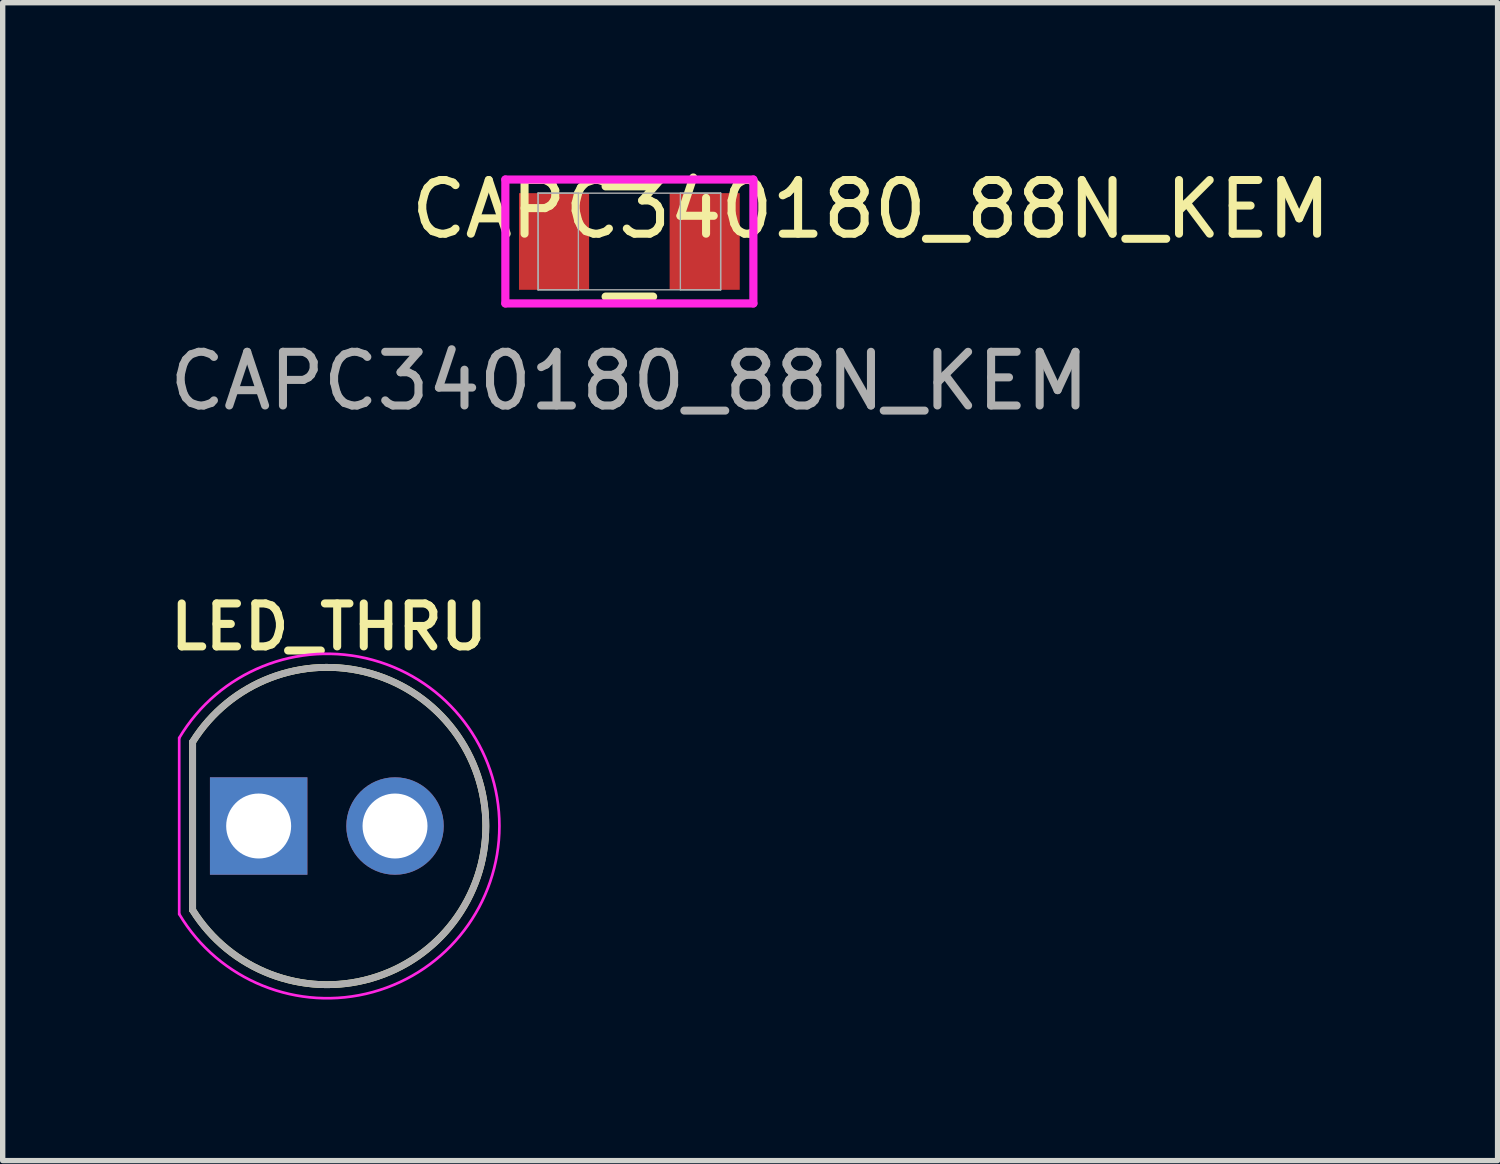
<source format=kicad_pcb>
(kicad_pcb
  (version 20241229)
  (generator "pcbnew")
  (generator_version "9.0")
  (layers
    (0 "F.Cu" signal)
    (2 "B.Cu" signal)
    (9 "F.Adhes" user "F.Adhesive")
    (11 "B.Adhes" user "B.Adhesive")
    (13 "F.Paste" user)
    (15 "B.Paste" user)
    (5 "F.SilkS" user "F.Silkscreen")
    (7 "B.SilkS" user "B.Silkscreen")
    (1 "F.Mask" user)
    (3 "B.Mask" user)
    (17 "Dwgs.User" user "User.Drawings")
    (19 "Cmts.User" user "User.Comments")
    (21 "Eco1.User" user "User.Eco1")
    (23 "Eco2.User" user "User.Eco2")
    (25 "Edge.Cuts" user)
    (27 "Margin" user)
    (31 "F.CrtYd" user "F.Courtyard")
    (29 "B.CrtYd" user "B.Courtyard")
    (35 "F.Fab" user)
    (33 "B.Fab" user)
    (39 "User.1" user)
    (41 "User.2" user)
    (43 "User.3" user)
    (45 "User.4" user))
  (footprint "CAPC340180_88N_KEM"
    (layer "F.Cu")
    (at 8.673 1.448)
    (property "Reference" "CAPC340180_88N_KEM" (at 4.5 -0.6 0) (unlocked yes) (layer "F.SilkS") (effects (font (size 1 1) (thickness 0.15))))
    (attr smd)
    (fp_line (start -0.442 1.027) (end 0.442 1.027) (stroke (width 0.152) (type solid)) (layer "F.SilkS"))
    (fp_line (start 0.442 -1.027) (end -0.442 -1.027) (stroke (width 0.152) (type solid)) (layer "F.SilkS"))
    (fp_line (start -2.31 -1.154) (end 2.31 -1.154) (stroke (width 0.152) (type solid)) (layer "F.CrtYd"))
    (fp_line (start -2.31 1.154) (end -2.31 -1.154) (stroke (width 0.152) (type solid)) (layer "F.CrtYd"))
    (fp_line (start 2.31 -1.154) (end 2.31 1.154) (stroke (width 0.152) (type solid)) (layer "F.CrtYd"))
    (fp_line (start 2.31 1.154) (end -2.31 1.154) (stroke (width 0.152) (type solid)) (layer "F.CrtYd"))
    (fp_line (start -1.7 -0.9) (end -1.7 0.9) (stroke (width 0.025) (type solid)) (layer "F.Fab"))
    (fp_line (start -1.7 -0.9) (end -1.7 0.9) (stroke (width 0.025) (type solid)) (layer "F.Fab"))
    (fp_line (start -1.7 0.9) (end -0.95 0.9) (stroke (width 0.025) (type solid)) (layer "F.Fab"))
    (fp_line (start -1.7 0.9) (end 1.7 0.9) (stroke (width 0.025) (type solid)) (layer "F.Fab"))
    (fp_line (start -0.95 -0.9) (end -1.7 -0.9) (stroke (width 0.025) (type solid)) (layer "F.Fab"))
    (fp_line (start -0.95 0.9) (end -0.95 -0.9) (stroke (width 0.025) (type solid)) (layer "F.Fab"))
    (fp_line (start 0.95 -0.9) (end 0.95 0.9) (stroke (width 0.025) (type solid)) (layer "F.Fab"))
    (fp_line (start 0.95 0.9) (end 1.7 0.9) (stroke (width 0.025) (type solid)) (layer "F.Fab"))
    (fp_line (start 1.7 -0.9) (end -1.7 -0.9) (stroke (width 0.025) (type solid)) (layer "F.Fab"))
    (fp_line (start 1.7 -0.9) (end 0.95 -0.9) (stroke (width 0.025) (type solid)) (layer "F.Fab"))
    (fp_line (start 1.7 0.9) (end 1.7 -0.9) (stroke (width 0.025) (type solid)) (layer "F.Fab"))
    (fp_line (start 1.7 0.9) (end 1.7 -0.9) (stroke (width 0.025) (type solid)) (layer "F.Fab"))
    (fp_text user "${REFERENCE}" (at 0 2.6 0) (unlocked yes) (layer "F.Fab") (effects (font (size 1 1) (thickness 0.15))))
    (pad "1" smd rect (at -1.403 0) (size 1.306 1.8) (layers "F.Cu" "F.Mask" "F.Paste"))
    (pad "2" smd rect (at 1.403 0) (size 1.306 1.8) (layers "F.Cu" "F.Mask" "F.Paste"))
    (zone (net_name "") (layer "F.Cu") (hatch full 0.508) (connect_pads) (min_thickness 0.254) (filled_areas_thickness no) (keepout (tracks not_allowed) (vias not_allowed) (pads allowed) (copperpour not_allowed) (footprints allowed)) (placement (enabled no)) (fill) (polygon (pts (xy 7.973 0.599) (xy 9.372 0.599) (xy 9.372 2.297) (xy 7.973 2.297)))))
  (footprint "LED_THRU"
    (layer "F.Cu")
    (at 3.038 12.336)
    (property "Reference" "LED_THRU" (at 0.04 -3.708 0) (layer "F.SilkS") (effects (font (size 0.8 0.8) (thickness 0.15))))
    (attr through_hole)
    (fp_line (start -2.5 -1.566) (end -2.5 1.566) (stroke (width 0.127) (type solid)) (layer "F.SilkS"))
    (fp_arc (start -2.5 -1.566) (mid 2.961291 0) (end -2.5 1.566) (stroke (width 0.127) (type solid)) (layer "F.SilkS"))
    (fp_line (start -2.75 -1.64) (end -2.75 1.64) (stroke (width 0.05) (type solid)) (layer "F.CrtYd"))
    (fp_arc (start -2.75 -1.64) (mid 3.214145 0) (end -2.75 1.64) (stroke (width 0.05) (type solid)) (layer "F.CrtYd"))
    (fp_line (start -2.5 -1.566) (end -2.5 1.566) (stroke (width 0.127) (type solid)) (layer "F.Fab"))
    (fp_arc (start -2.5 -1.566) (mid 2.961291 0) (end -2.5 1.566) (stroke (width 0.127) (type solid)) (layer "F.Fab"))
    (pad "1" thru_hole rect (at -1.27 0) (size 1.815 1.815) (drill 1.21) (layers "*.Cu" "*.Mask"))
    (pad "2" thru_hole circle (at 1.27 0) (size 1.815 1.815) (drill 1.21) (layers "*.Cu" "*.Mask")))
  (gr_rect
    (start -3 -3)
    (end 24.845 18.568)
    (stroke (width 0.1) (type default))
    (fill no)
    (layer "Edge.Cuts")))
</source>
